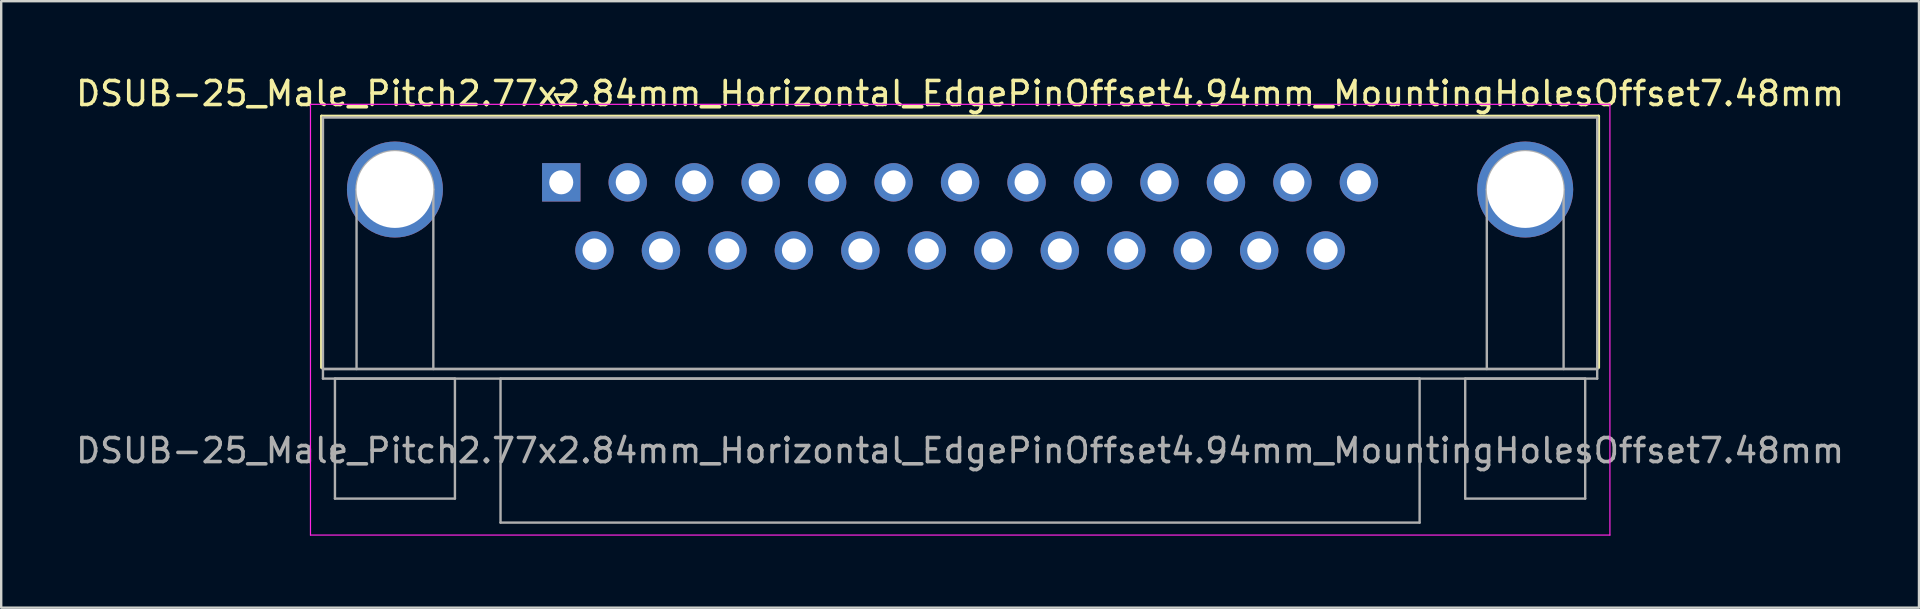
<source format=kicad_pcb>
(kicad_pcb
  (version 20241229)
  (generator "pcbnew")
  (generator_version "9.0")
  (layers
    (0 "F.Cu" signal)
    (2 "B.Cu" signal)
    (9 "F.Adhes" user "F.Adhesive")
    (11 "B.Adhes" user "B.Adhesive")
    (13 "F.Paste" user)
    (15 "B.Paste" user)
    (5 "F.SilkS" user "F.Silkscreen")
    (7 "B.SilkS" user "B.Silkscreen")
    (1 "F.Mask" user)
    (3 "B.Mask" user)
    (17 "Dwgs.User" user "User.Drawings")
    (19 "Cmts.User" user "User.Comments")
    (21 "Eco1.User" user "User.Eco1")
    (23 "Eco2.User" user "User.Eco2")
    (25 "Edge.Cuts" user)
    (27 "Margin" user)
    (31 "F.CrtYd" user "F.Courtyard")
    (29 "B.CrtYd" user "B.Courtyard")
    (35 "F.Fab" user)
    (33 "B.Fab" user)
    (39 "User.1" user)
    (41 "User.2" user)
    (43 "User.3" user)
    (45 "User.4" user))
  (footprint "DSUB-25_Male_Pitch2.77x2.84mm_Horizontal_EdgePinOffset4.94mm_MountingHolesOffset7.48mm"
    (layer "F.Cu")
    (at 20.338 4.548)
    (property "Reference" "DSUB-25_Male_Pitch2.77x2.84mm_Horizontal_EdgePinOffset4.94mm_MountingHolesOffset7.48mm" (at 16.62 -3.7 0) (layer "F.SilkS") (effects (font (size 1 1) (thickness 0.15))))
    (attr through_hole)
    (fp_line (start -9.99 -2.76) (end 43.23 -2.76) (stroke (width 0.12) (type solid)) (layer "F.SilkS"))
    (fp_line (start -9.99 7.72) (end -9.99 -2.76) (stroke (width 0.12) (type solid)) (layer "F.SilkS"))
    (fp_line (start -0.25 -3.654) (end 0.25 -3.654) (stroke (width 0.12) (type solid)) (layer "F.SilkS"))
    (fp_line (start 0 -3.221) (end -0.25 -3.654) (stroke (width 0.12) (type solid)) (layer "F.SilkS"))
    (fp_line (start 0.25 -3.654) (end 0 -3.221) (stroke (width 0.12) (type solid)) (layer "F.SilkS"))
    (fp_line (start 43.23 -2.76) (end 43.23 7.72) (stroke (width 0.12) (type solid)) (layer "F.SilkS"))
    (fp_line (start -10.45 -3.25) (end -10.45 14.7) (stroke (width 0.05) (type solid)) (layer "F.CrtYd"))
    (fp_line (start -10.45 14.7) (end 43.7 14.7) (stroke (width 0.05) (type solid)) (layer "F.CrtYd"))
    (fp_line (start 43.7 -3.25) (end -10.45 -3.25) (stroke (width 0.05) (type solid)) (layer "F.CrtYd"))
    (fp_line (start 43.7 14.7) (end 43.7 -3.25) (stroke (width 0.05) (type solid)) (layer "F.CrtYd"))
    (fp_line (start -9.93 -2.7) (end -9.93 7.78) (stroke (width 0.1) (type solid)) (layer "F.Fab"))
    (fp_line (start -9.93 7.78) (end -9.93 8.18) (stroke (width 0.1) (type solid)) (layer "F.Fab"))
    (fp_line (start -9.93 7.78) (end 43.17 7.78) (stroke (width 0.1) (type solid)) (layer "F.Fab"))
    (fp_line (start -9.93 8.18) (end 43.17 8.18) (stroke (width 0.1) (type solid)) (layer "F.Fab"))
    (fp_line (start -9.43 8.18) (end -9.43 13.18) (stroke (width 0.1) (type solid)) (layer "F.Fab"))
    (fp_line (start -9.43 13.18) (end -4.43 13.18) (stroke (width 0.1) (type solid)) (layer "F.Fab"))
    (fp_line (start -8.53 7.78) (end -8.53 0.3) (stroke (width 0.1) (type solid)) (layer "F.Fab"))
    (fp_line (start -5.33 7.78) (end -5.33 0.3) (stroke (width 0.1) (type solid)) (layer "F.Fab"))
    (fp_line (start -4.43 8.18) (end -9.43 8.18) (stroke (width 0.1) (type solid)) (layer "F.Fab"))
    (fp_line (start -4.43 13.18) (end -4.43 8.18) (stroke (width 0.1) (type solid)) (layer "F.Fab"))
    (fp_line (start -2.53 8.18) (end -2.53 14.18) (stroke (width 0.1) (type solid)) (layer "F.Fab"))
    (fp_line (start -2.53 14.18) (end 35.77 14.18) (stroke (width 0.1) (type solid)) (layer "F.Fab"))
    (fp_line (start 35.77 8.18) (end -2.53 8.18) (stroke (width 0.1) (type solid)) (layer "F.Fab"))
    (fp_line (start 35.77 14.18) (end 35.77 8.18) (stroke (width 0.1) (type solid)) (layer "F.Fab"))
    (fp_line (start 37.67 8.18) (end 37.67 13.18) (stroke (width 0.1) (type solid)) (layer "F.Fab"))
    (fp_line (start 37.67 13.18) (end 42.67 13.18) (stroke (width 0.1) (type solid)) (layer "F.Fab"))
    (fp_line (start 38.57 7.78) (end 38.57 0.3) (stroke (width 0.1) (type solid)) (layer "F.Fab"))
    (fp_line (start 41.77 7.78) (end 41.77 0.3) (stroke (width 0.1) (type solid)) (layer "F.Fab"))
    (fp_line (start 42.67 8.18) (end 37.67 8.18) (stroke (width 0.1) (type solid)) (layer "F.Fab"))
    (fp_line (start 42.67 13.18) (end 42.67 8.18) (stroke (width 0.1) (type solid)) (layer "F.Fab"))
    (fp_line (start 43.17 -2.7) (end -9.93 -2.7) (stroke (width 0.1) (type solid)) (layer "F.Fab"))
    (fp_line (start 43.17 7.78) (end -9.93 7.78) (stroke (width 0.1) (type solid)) (layer "F.Fab"))
    (fp_line (start 43.17 7.78) (end 43.17 -2.7) (stroke (width 0.1) (type solid)) (layer "F.Fab"))
    (fp_line (start 43.17 8.18) (end 43.17 7.78) (stroke (width 0.1) (type solid)) (layer "F.Fab"))
    (fp_arc (start -8.53 0.3) (mid -6.93 -1.3) (end -5.33 0.3) (stroke (width 0.1) (type solid)) (layer "F.Fab"))
    (fp_arc (start 38.57 0.3) (mid 40.17 -1.3) (end 41.77 0.3) (stroke (width 0.1) (type solid)) (layer "F.Fab"))
    (fp_text user "${REFERENCE}" (at 16.62 11.18 0) (layer "F.Fab") (effects (font (size 1 1) (thickness 0.15))))
    (pad "0" thru_hole circle (at -6.93 0.3) (size 4 4) (drill 3.2) (layers "*.Cu" "*.Mask"))
    (pad "0" thru_hole circle (at 40.17 0.3) (size 4 4) (drill 3.2) (layers "*.Cu" "*.Mask"))
    (pad "1" thru_hole rect (at 0 0) (size 1.6 1.6) (drill 1) (layers "*.Cu" "*.Mask"))
    (pad "2" thru_hole circle (at 2.77 0) (size 1.6 1.6) (drill 1) (layers "*.Cu" "*.Mask"))
    (pad "3" thru_hole circle (at 5.54 0) (size 1.6 1.6) (drill 1) (layers "*.Cu" "*.Mask"))
    (pad "4" thru_hole circle (at 8.31 0) (size 1.6 1.6) (drill 1) (layers "*.Cu" "*.Mask"))
    (pad "5" thru_hole circle (at 11.08 0) (size 1.6 1.6) (drill 1) (layers "*.Cu" "*.Mask"))
    (pad "6" thru_hole circle (at 13.85 0) (size 1.6 1.6) (drill 1) (layers "*.Cu" "*.Mask"))
    (pad "7" thru_hole circle (at 16.62 0) (size 1.6 1.6) (drill 1) (layers "*.Cu" "*.Mask"))
    (pad "8" thru_hole circle (at 19.39 0) (size 1.6 1.6) (drill 1) (layers "*.Cu" "*.Mask"))
    (pad "9" thru_hole circle (at 22.16 0) (size 1.6 1.6) (drill 1) (layers "*.Cu" "*.Mask"))
    (pad "10" thru_hole circle (at 24.93 0) (size 1.6 1.6) (drill 1) (layers "*.Cu" "*.Mask"))
    (pad "11" thru_hole circle (at 27.7 0) (size 1.6 1.6) (drill 1) (layers "*.Cu" "*.Mask"))
    (pad "12" thru_hole circle (at 30.47 0) (size 1.6 1.6) (drill 1) (layers "*.Cu" "*.Mask"))
    (pad "13" thru_hole circle (at 33.24 0) (size 1.6 1.6) (drill 1) (layers "*.Cu" "*.Mask"))
    (pad "14" thru_hole circle (at 1.385 2.84) (size 1.6 1.6) (drill 1) (layers "*.Cu" "*.Mask"))
    (pad "15" thru_hole circle (at 4.155 2.84) (size 1.6 1.6) (drill 1) (layers "*.Cu" "*.Mask"))
    (pad "16" thru_hole circle (at 6.925 2.84) (size 1.6 1.6) (drill 1) (layers "*.Cu" "*.Mask"))
    (pad "17" thru_hole circle (at 9.695 2.84) (size 1.6 1.6) (drill 1) (layers "*.Cu" "*.Mask"))
    (pad "18" thru_hole circle (at 12.465 2.84) (size 1.6 1.6) (drill 1) (layers "*.Cu" "*.Mask"))
    (pad "19" thru_hole circle (at 15.235 2.84) (size 1.6 1.6) (drill 1) (layers "*.Cu" "*.Mask"))
    (pad "20" thru_hole circle (at 18.005 2.84) (size 1.6 1.6) (drill 1) (layers "*.Cu" "*.Mask"))
    (pad "21" thru_hole circle (at 20.775 2.84) (size 1.6 1.6) (drill 1) (layers "*.Cu" "*.Mask"))
    (pad "22" thru_hole circle (at 23.545 2.84) (size 1.6 1.6) (drill 1) (layers "*.Cu" "*.Mask"))
    (pad "23" thru_hole circle (at 26.315 2.84) (size 1.6 1.6) (drill 1) (layers "*.Cu" "*.Mask"))
    (pad "24" thru_hole circle (at 29.085 2.84) (size 1.6 1.6) (drill 1) (layers "*.Cu" "*.Mask"))
    (pad "25" thru_hole circle (at 31.855 2.84) (size 1.6 1.6) (drill 1) (layers "*.Cu" "*.Mask")))
  (gr_rect
    (start -3 -3)
    (end 76.917 22.273)
    (stroke (width 0.1) (type default))
    (fill no)
    (layer "Edge.Cuts")))
</source>
